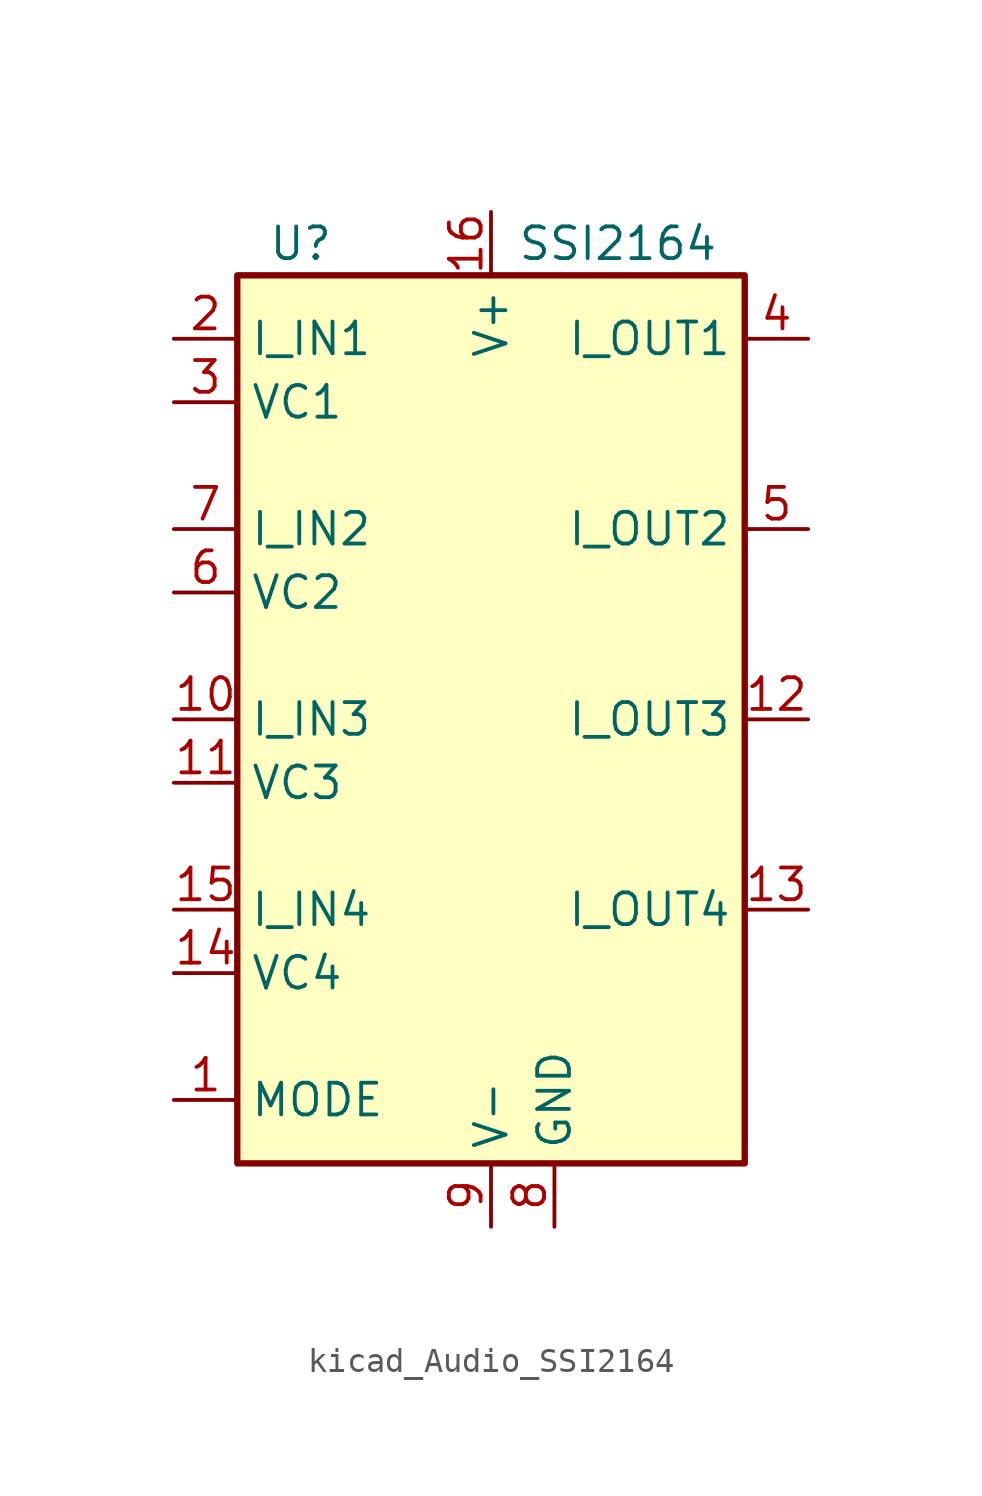
<source format=kicad_sym>
(kicad_symbol_lib
  (version 20220914)
  (generator kicad_symbol_editor)
  (symbol "kicad_Audio_SSI2164"
    (property "Reference" "U"
      (at -7.62 19.05 0)
      (effects (font (size 1.27 1.27))))
    (property "Value" "SSI2164"
      (at 5.08 19.05 0)
      (effects (font (size 1.27 1.27))))
    (symbol "kicad_Audio_SSI2164_0_1"
      (rectangle (start -10.16 17.78) (end 10.16 -17.78) (stroke (width 0.254) (type default)) (fill (type background))))
    (symbol "kicad_Audio_SSI2164_1_1"
      (pin passive line (at -12.7 -15.24 0) (length 2.54) (name "MODE" (effects (font (size 1.27 1.27)))) (number "1" (effects (font (size 1.27 1.27)))))
      (pin input line (at -12.7 0 0) (length 2.54) (name "I_IN3" (effects (font (size 1.27 1.27)))) (number "10" (effects (font (size 1.27 1.27)))))
      (pin passive line (at -12.7 -2.54 0) (length 2.54) (name "VC3" (effects (font (size 1.27 1.27)))) (number "11" (effects (font (size 1.27 1.27)))))
      (pin output line (at 12.7 0 180) (length 2.54) (name "I_OUT3" (effects (font (size 1.27 1.27)))) (number "12" (effects (font (size 1.27 1.27)))))
      (pin output line (at 12.7 -7.62 180) (length 2.54) (name "I_OUT4" (effects (font (size 1.27 1.27)))) (number "13" (effects (font (size 1.27 1.27)))))
      (pin passive line (at -12.7 -10.16 0) (length 2.54) (name "VC4" (effects (font (size 1.27 1.27)))) (number "14" (effects (font (size 1.27 1.27)))))
      (pin input line (at -12.7 -7.62 0) (length 2.54) (name "I_IN4" (effects (font (size 1.27 1.27)))) (number "15" (effects (font (size 1.27 1.27)))))
      (pin power_in line (at 0 20.32 270) (length 2.54) (name "V+" (effects (font (size 1.27 1.27)))) (number "16" (effects (font (size 1.27 1.27)))))
      (pin input line (at -12.7 15.24 0) (length 2.54) (name "I_IN1" (effects (font (size 1.27 1.27)))) (number "2" (effects (font (size 1.27 1.27)))))
      (pin passive line (at -12.7 12.7 0) (length 2.54) (name "VC1" (effects (font (size 1.27 1.27)))) (number "3" (effects (font (size 1.27 1.27)))))
      (pin output line (at 12.7 15.24 180) (length 2.54) (name "I_OUT1" (effects (font (size 1.27 1.27)))) (number "4" (effects (font (size 1.27 1.27)))))
      (pin output line (at 12.7 7.62 180) (length 2.54) (name "I_OUT2" (effects (font (size 1.27 1.27)))) (number "5" (effects (font (size 1.27 1.27)))))
      (pin passive line (at -12.7 5.08 0) (length 2.54) (name "VC2" (effects (font (size 1.27 1.27)))) (number "6" (effects (font (size 1.27 1.27)))))
      (pin input line (at -12.7 7.62 0) (length 2.54) (name "I_IN2" (effects (font (size 1.27 1.27)))) (number "7" (effects (font (size 1.27 1.27)))))
      (pin power_in line (at 2.54 -20.32 90) (length 2.54) (name "GND" (effects (font (size 1.27 1.27)))) (number "8" (effects (font (size 1.27 1.27)))))
      (pin power_in line (at 0 -20.32 90) (length 2.54) (name "V-" (effects (font (size 1.27 1.27)))) (number "9" (effects (font (size 1.27 1.27))))))))
</source>
